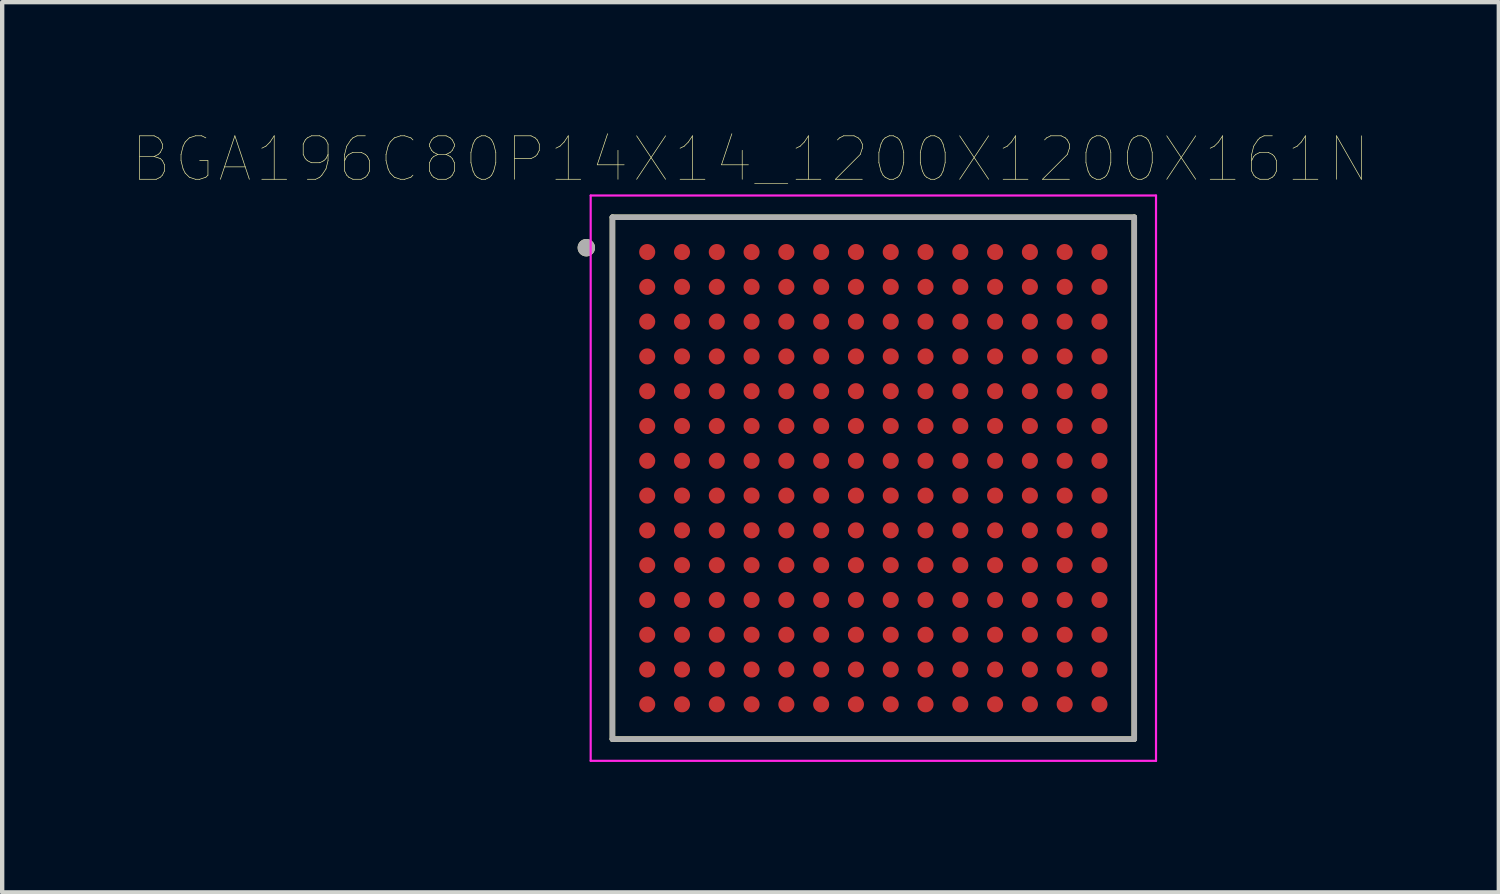
<source format=kicad_pcb>
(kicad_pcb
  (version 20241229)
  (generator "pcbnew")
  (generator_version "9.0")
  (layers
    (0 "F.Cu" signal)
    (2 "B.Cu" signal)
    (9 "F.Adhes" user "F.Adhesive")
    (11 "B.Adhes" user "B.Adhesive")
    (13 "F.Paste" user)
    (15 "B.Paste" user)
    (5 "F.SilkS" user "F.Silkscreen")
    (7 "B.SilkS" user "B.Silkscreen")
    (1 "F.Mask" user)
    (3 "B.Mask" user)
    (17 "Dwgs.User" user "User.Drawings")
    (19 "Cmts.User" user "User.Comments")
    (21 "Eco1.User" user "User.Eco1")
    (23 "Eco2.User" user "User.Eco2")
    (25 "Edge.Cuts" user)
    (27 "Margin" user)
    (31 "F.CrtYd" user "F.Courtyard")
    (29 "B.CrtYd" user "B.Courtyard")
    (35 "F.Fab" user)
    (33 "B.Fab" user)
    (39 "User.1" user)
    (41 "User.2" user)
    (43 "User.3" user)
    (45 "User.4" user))
  (footprint "BGA196C80P14X14_1200X1200X161N"
    (layer "F.Cu")
    (at 17.033 7.946)
    (property "Reference" "BGA196C80P14X14_1200X1200X161N" (at -2.825 -7.335 0) (layer "F.SilkS") (effects (font (size 1 1) (thickness 0.015))))
    (attr through_hole)
    (fp_line (start -6 -6) (end 6 -6) (stroke (width 0.127) (type solid)) (layer "F.SilkS"))
    (fp_line (start -6 6) (end -6 -6) (stroke (width 0.127) (type solid)) (layer "F.SilkS"))
    (fp_line (start 6 -6) (end 6 6) (stroke (width 0.127) (type solid)) (layer "F.SilkS"))
    (fp_line (start 6 6) (end -6 6) (stroke (width 0.127) (type solid)) (layer "F.SilkS"))
    (fp_circle (center -6.6 -5.3) (end -6.5 -5.3) (stroke (width 0.2) (type solid)) (fill no) (layer "F.SilkS"))
    (fp_line (start -6.5 -6.5) (end 6.5 -6.5) (stroke (width 0.05) (type solid)) (layer "F.CrtYd"))
    (fp_line (start -6.5 6.5) (end -6.5 -6.5) (stroke (width 0.05) (type solid)) (layer "F.CrtYd"))
    (fp_line (start 6.5 -6.5) (end 6.5 6.5) (stroke (width 0.05) (type solid)) (layer "F.CrtYd"))
    (fp_line (start 6.5 6.5) (end -6.5 6.5) (stroke (width 0.05) (type solid)) (layer "F.CrtYd"))
    (fp_line (start -6 -6) (end 6 -6) (stroke (width 0.127) (type solid)) (layer "F.Fab"))
    (fp_line (start -6 6) (end -6 -6) (stroke (width 0.127) (type solid)) (layer "F.Fab"))
    (fp_line (start 6 -6) (end 6 6) (stroke (width 0.127) (type solid)) (layer "F.Fab"))
    (fp_line (start 6 6) (end -6 6) (stroke (width 0.127) (type solid)) (layer "F.Fab"))
    (fp_circle (center -6.6 -5.3) (end -6.5 -5.3) (stroke (width 0.2) (type solid)) (fill no) (layer "F.Fab"))
    (pad "A1" smd circle (at -5.2 -5.2) (size 0.37 0.37) (layers "F.Cu" "F.Mask" "F.Paste"))
    (pad "A2" smd circle (at -4.4 -5.2) (size 0.37 0.37) (layers "F.Cu" "F.Mask" "F.Paste"))
    (pad "A3" smd circle (at -3.6 -5.2) (size 0.37 0.37) (layers "F.Cu" "F.Mask" "F.Paste"))
    (pad "A4" smd circle (at -2.8 -5.2) (size 0.37 0.37) (layers "F.Cu" "F.Mask" "F.Paste"))
    (pad "A5" smd circle (at -2 -5.2) (size 0.37 0.37) (layers "F.Cu" "F.Mask" "F.Paste"))
    (pad "A6" smd circle (at -1.2 -5.2) (size 0.37 0.37) (layers "F.Cu" "F.Mask" "F.Paste"))
    (pad "A7" smd circle (at -0.4 -5.2) (size 0.37 0.37) (layers "F.Cu" "F.Mask" "F.Paste"))
    (pad "A8" smd circle (at 0.4 -5.2) (size 0.37 0.37) (layers "F.Cu" "F.Mask" "F.Paste"))
    (pad "A9" smd circle (at 1.2 -5.2) (size 0.37 0.37) (layers "F.Cu" "F.Mask" "F.Paste"))
    (pad "A10" smd circle (at 2 -5.2) (size 0.37 0.37) (layers "F.Cu" "F.Mask" "F.Paste"))
    (pad "A11" smd circle (at 2.8 -5.2) (size 0.37 0.37) (layers "F.Cu" "F.Mask" "F.Paste"))
    (pad "A12" smd circle (at 3.6 -5.2) (size 0.37 0.37) (layers "F.Cu" "F.Mask" "F.Paste"))
    (pad "A13" smd circle (at 4.4 -5.2) (size 0.37 0.37) (layers "F.Cu" "F.Mask" "F.Paste"))
    (pad "A14" smd circle (at 5.2 -5.2) (size 0.37 0.37) (layers "F.Cu" "F.Mask" "F.Paste"))
    (pad "B1" smd circle (at -5.2 -4.4) (size 0.37 0.37) (layers "F.Cu" "F.Mask" "F.Paste"))
    (pad "B2" smd circle (at -4.4 -4.4) (size 0.37 0.37) (layers "F.Cu" "F.Mask" "F.Paste"))
    (pad "B3" smd circle (at -3.6 -4.4) (size 0.37 0.37) (layers "F.Cu" "F.Mask" "F.Paste"))
    (pad "B4" smd circle (at -2.8 -4.4) (size 0.37 0.37) (layers "F.Cu" "F.Mask" "F.Paste"))
    (pad "B5" smd circle (at -2 -4.4) (size 0.37 0.37) (layers "F.Cu" "F.Mask" "F.Paste"))
    (pad "B6" smd circle (at -1.2 -4.4) (size 0.37 0.37) (layers "F.Cu" "F.Mask" "F.Paste"))
    (pad "B7" smd circle (at -0.4 -4.4) (size 0.37 0.37) (layers "F.Cu" "F.Mask" "F.Paste"))
    (pad "B8" smd circle (at 0.4 -4.4) (size 0.37 0.37) (layers "F.Cu" "F.Mask" "F.Paste"))
    (pad "B9" smd circle (at 1.2 -4.4) (size 0.37 0.37) (layers "F.Cu" "F.Mask" "F.Paste"))
    (pad "B10" smd circle (at 2 -4.4) (size 0.37 0.37) (layers "F.Cu" "F.Mask" "F.Paste"))
    (pad "B11" smd circle (at 2.8 -4.4) (size 0.37 0.37) (layers "F.Cu" "F.Mask" "F.Paste"))
    (pad "B12" smd circle (at 3.6 -4.4) (size 0.37 0.37) (layers "F.Cu" "F.Mask" "F.Paste"))
    (pad "B13" smd circle (at 4.4 -4.4) (size 0.37 0.37) (layers "F.Cu" "F.Mask" "F.Paste"))
    (pad "B14" smd circle (at 5.2 -4.4) (size 0.37 0.37) (layers "F.Cu" "F.Mask" "F.Paste"))
    (pad "C1" smd circle (at -5.2 -3.6) (size 0.37 0.37) (layers "F.Cu" "F.Mask" "F.Paste"))
    (pad "C2" smd circle (at -4.4 -3.6) (size 0.37 0.37) (layers "F.Cu" "F.Mask" "F.Paste"))
    (pad "C3" smd circle (at -3.6 -3.6) (size 0.37 0.37) (layers "F.Cu" "F.Mask" "F.Paste"))
    (pad "C4" smd circle (at -2.8 -3.6) (size 0.37 0.37) (layers "F.Cu" "F.Mask" "F.Paste"))
    (pad "C5" smd circle (at -2 -3.6) (size 0.37 0.37) (layers "F.Cu" "F.Mask" "F.Paste"))
    (pad "C6" smd circle (at -1.2 -3.6) (size 0.37 0.37) (layers "F.Cu" "F.Mask" "F.Paste"))
    (pad "C7" smd circle (at -0.4 -3.6) (size 0.37 0.37) (layers "F.Cu" "F.Mask" "F.Paste"))
    (pad "C8" smd circle (at 0.4 -3.6) (size 0.37 0.37) (layers "F.Cu" "F.Mask" "F.Paste"))
    (pad "C9" smd circle (at 1.2 -3.6) (size 0.37 0.37) (layers "F.Cu" "F.Mask" "F.Paste"))
    (pad "C10" smd circle (at 2 -3.6) (size 0.37 0.37) (layers "F.Cu" "F.Mask" "F.Paste"))
    (pad "C11" smd circle (at 2.8 -3.6) (size 0.37 0.37) (layers "F.Cu" "F.Mask" "F.Paste"))
    (pad "C12" smd circle (at 3.6 -3.6) (size 0.37 0.37) (layers "F.Cu" "F.Mask" "F.Paste"))
    (pad "C13" smd circle (at 4.4 -3.6) (size 0.37 0.37) (layers "F.Cu" "F.Mask" "F.Paste"))
    (pad "C14" smd circle (at 5.2 -3.6) (size 0.37 0.37) (layers "F.Cu" "F.Mask" "F.Paste"))
    (pad "D1" smd circle (at -5.2 -2.8) (size 0.37 0.37) (layers "F.Cu" "F.Mask" "F.Paste"))
    (pad "D2" smd circle (at -4.4 -2.8) (size 0.37 0.37) (layers "F.Cu" "F.Mask" "F.Paste"))
    (pad "D3" smd circle (at -3.6 -2.8) (size 0.37 0.37) (layers "F.Cu" "F.Mask" "F.Paste"))
    (pad "D4" smd circle (at -2.8 -2.8) (size 0.37 0.37) (layers "F.Cu" "F.Mask" "F.Paste"))
    (pad "D5" smd circle (at -2 -2.8) (size 0.37 0.37) (layers "F.Cu" "F.Mask" "F.Paste"))
    (pad "D6" smd circle (at -1.2 -2.8) (size 0.37 0.37) (layers "F.Cu" "F.Mask" "F.Paste"))
    (pad "D7" smd circle (at -0.4 -2.8) (size 0.37 0.37) (layers "F.Cu" "F.Mask" "F.Paste"))
    (pad "D8" smd circle (at 0.4 -2.8) (size 0.37 0.37) (layers "F.Cu" "F.Mask" "F.Paste"))
    (pad "D9" smd circle (at 1.2 -2.8) (size 0.37 0.37) (layers "F.Cu" "F.Mask" "F.Paste"))
    (pad "D10" smd circle (at 2 -2.8) (size 0.37 0.37) (layers "F.Cu" "F.Mask" "F.Paste"))
    (pad "D11" smd circle (at 2.8 -2.8) (size 0.37 0.37) (layers "F.Cu" "F.Mask" "F.Paste"))
    (pad "D12" smd circle (at 3.6 -2.8) (size 0.37 0.37) (layers "F.Cu" "F.Mask" "F.Paste"))
    (pad "D13" smd circle (at 4.4 -2.8) (size 0.37 0.37) (layers "F.Cu" "F.Mask" "F.Paste"))
    (pad "D14" smd circle (at 5.2 -2.8) (size 0.37 0.37) (layers "F.Cu" "F.Mask" "F.Paste"))
    (pad "E1" smd circle (at -5.2 -2) (size 0.37 0.37) (layers "F.Cu" "F.Mask" "F.Paste"))
    (pad "E2" smd circle (at -4.4 -2) (size 0.37 0.37) (layers "F.Cu" "F.Mask" "F.Paste"))
    (pad "E3" smd circle (at -3.6 -2) (size 0.37 0.37) (layers "F.Cu" "F.Mask" "F.Paste"))
    (pad "E4" smd circle (at -2.8 -2) (size 0.37 0.37) (layers "F.Cu" "F.Mask" "F.Paste"))
    (pad "E5" smd circle (at -2 -2) (size 0.37 0.37) (layers "F.Cu" "F.Mask" "F.Paste"))
    (pad "E6" smd circle (at -1.2 -2) (size 0.37 0.37) (layers "F.Cu" "F.Mask" "F.Paste"))
    (pad "E7" smd circle (at -0.4 -2) (size 0.37 0.37) (layers "F.Cu" "F.Mask" "F.Paste"))
    (pad "E8" smd circle (at 0.4 -2) (size 0.37 0.37) (layers "F.Cu" "F.Mask" "F.Paste"))
    (pad "E9" smd circle (at 1.2 -2) (size 0.37 0.37) (layers "F.Cu" "F.Mask" "F.Paste"))
    (pad "E10" smd circle (at 2 -2) (size 0.37 0.37) (layers "F.Cu" "F.Mask" "F.Paste"))
    (pad "E11" smd circle (at 2.8 -2) (size 0.37 0.37) (layers "F.Cu" "F.Mask" "F.Paste"))
    (pad "E12" smd circle (at 3.6 -2) (size 0.37 0.37) (layers "F.Cu" "F.Mask" "F.Paste"))
    (pad "E13" smd circle (at 4.4 -2) (size 0.37 0.37) (layers "F.Cu" "F.Mask" "F.Paste"))
    (pad "E14" smd circle (at 5.2 -2) (size 0.37 0.37) (layers "F.Cu" "F.Mask" "F.Paste"))
    (pad "F1" smd circle (at -5.2 -1.2) (size 0.37 0.37) (layers "F.Cu" "F.Mask" "F.Paste"))
    (pad "F2" smd circle (at -4.4 -1.2) (size 0.37 0.37) (layers "F.Cu" "F.Mask" "F.Paste"))
    (pad "F3" smd circle (at -3.6 -1.2) (size 0.37 0.37) (layers "F.Cu" "F.Mask" "F.Paste"))
    (pad "F4" smd circle (at -2.8 -1.2) (size 0.37 0.37) (layers "F.Cu" "F.Mask" "F.Paste"))
    (pad "F5" smd circle (at -2 -1.2) (size 0.37 0.37) (layers "F.Cu" "F.Mask" "F.Paste"))
    (pad "F6" smd circle (at -1.2 -1.2) (size 0.37 0.37) (layers "F.Cu" "F.Mask" "F.Paste"))
    (pad "F7" smd circle (at -0.4 -1.2) (size 0.37 0.37) (layers "F.Cu" "F.Mask" "F.Paste"))
    (pad "F8" smd circle (at 0.4 -1.2) (size 0.37 0.37) (layers "F.Cu" "F.Mask" "F.Paste"))
    (pad "F9" smd circle (at 1.2 -1.2) (size 0.37 0.37) (layers "F.Cu" "F.Mask" "F.Paste"))
    (pad "F10" smd circle (at 2 -1.2) (size 0.37 0.37) (layers "F.Cu" "F.Mask" "F.Paste"))
    (pad "F11" smd circle (at 2.8 -1.2) (size 0.37 0.37) (layers "F.Cu" "F.Mask" "F.Paste"))
    (pad "F12" smd circle (at 3.6 -1.2) (size 0.37 0.37) (layers "F.Cu" "F.Mask" "F.Paste"))
    (pad "F13" smd circle (at 4.4 -1.2) (size 0.37 0.37) (layers "F.Cu" "F.Mask" "F.Paste"))
    (pad "F14" smd circle (at 5.2 -1.2) (size 0.37 0.37) (layers "F.Cu" "F.Mask" "F.Paste"))
    (pad "G1" smd circle (at -5.2 -0.4) (size 0.37 0.37) (layers "F.Cu" "F.Mask" "F.Paste"))
    (pad "G2" smd circle (at -4.4 -0.4) (size 0.37 0.37) (layers "F.Cu" "F.Mask" "F.Paste"))
    (pad "G3" smd circle (at -3.6 -0.4) (size 0.37 0.37) (layers "F.Cu" "F.Mask" "F.Paste"))
    (pad "G4" smd circle (at -2.8 -0.4) (size 0.37 0.37) (layers "F.Cu" "F.Mask" "F.Paste"))
    (pad "G5" smd circle (at -2 -0.4) (size 0.37 0.37) (layers "F.Cu" "F.Mask" "F.Paste"))
    (pad "G6" smd circle (at -1.2 -0.4) (size 0.37 0.37) (layers "F.Cu" "F.Mask" "F.Paste"))
    (pad "G7" smd circle (at -0.4 -0.4) (size 0.37 0.37) (layers "F.Cu" "F.Mask" "F.Paste"))
    (pad "G8" smd circle (at 0.4 -0.4) (size 0.37 0.37) (layers "F.Cu" "F.Mask" "F.Paste"))
    (pad "G9" smd circle (at 1.2 -0.4) (size 0.37 0.37) (layers "F.Cu" "F.Mask" "F.Paste"))
    (pad "G10" smd circle (at 2 -0.4) (size 0.37 0.37) (layers "F.Cu" "F.Mask" "F.Paste"))
    (pad "G11" smd circle (at 2.8 -0.4) (size 0.37 0.37) (layers "F.Cu" "F.Mask" "F.Paste"))
    (pad "G12" smd circle (at 3.6 -0.4) (size 0.37 0.37) (layers "F.Cu" "F.Mask" "F.Paste"))
    (pad "G13" smd circle (at 4.4 -0.4) (size 0.37 0.37) (layers "F.Cu" "F.Mask" "F.Paste"))
    (pad "G14" smd circle (at 5.2 -0.4) (size 0.37 0.37) (layers "F.Cu" "F.Mask" "F.Paste"))
    (pad "H1" smd circle (at -5.2 0.4) (size 0.37 0.37) (layers "F.Cu" "F.Mask" "F.Paste"))
    (pad "H2" smd circle (at -4.4 0.4) (size 0.37 0.37) (layers "F.Cu" "F.Mask" "F.Paste"))
    (pad "H3" smd circle (at -3.6 0.4) (size 0.37 0.37) (layers "F.Cu" "F.Mask" "F.Paste"))
    (pad "H4" smd circle (at -2.8 0.4) (size 0.37 0.37) (layers "F.Cu" "F.Mask" "F.Paste"))
    (pad "H5" smd circle (at -2 0.4) (size 0.37 0.37) (layers "F.Cu" "F.Mask" "F.Paste"))
    (pad "H6" smd circle (at -1.2 0.4) (size 0.37 0.37) (layers "F.Cu" "F.Mask" "F.Paste"))
    (pad "H7" smd circle (at -0.4 0.4) (size 0.37 0.37) (layers "F.Cu" "F.Mask" "F.Paste"))
    (pad "H8" smd circle (at 0.4 0.4) (size 0.37 0.37) (layers "F.Cu" "F.Mask" "F.Paste"))
    (pad "H9" smd circle (at 1.2 0.4) (size 0.37 0.37) (layers "F.Cu" "F.Mask" "F.Paste"))
    (pad "H10" smd circle (at 2 0.4) (size 0.37 0.37) (layers "F.Cu" "F.Mask" "F.Paste"))
    (pad "H11" smd circle (at 2.8 0.4) (size 0.37 0.37) (layers "F.Cu" "F.Mask" "F.Paste"))
    (pad "H12" smd circle (at 3.6 0.4) (size 0.37 0.37) (layers "F.Cu" "F.Mask" "F.Paste"))
    (pad "H13" smd circle (at 4.4 0.4) (size 0.37 0.37) (layers "F.Cu" "F.Mask" "F.Paste"))
    (pad "H14" smd circle (at 5.2 0.4) (size 0.37 0.37) (layers "F.Cu" "F.Mask" "F.Paste"))
    (pad "J1" smd circle (at -5.2 1.2) (size 0.37 0.37) (layers "F.Cu" "F.Mask" "F.Paste"))
    (pad "J2" smd circle (at -4.4 1.2) (size 0.37 0.37) (layers "F.Cu" "F.Mask" "F.Paste"))
    (pad "J3" smd circle (at -3.6 1.2) (size 0.37 0.37) (layers "F.Cu" "F.Mask" "F.Paste"))
    (pad "J4" smd circle (at -2.8 1.2) (size 0.37 0.37) (layers "F.Cu" "F.Mask" "F.Paste"))
    (pad "J5" smd circle (at -2 1.2) (size 0.37 0.37) (layers "F.Cu" "F.Mask" "F.Paste"))
    (pad "J6" smd circle (at -1.2 1.2) (size 0.37 0.37) (layers "F.Cu" "F.Mask" "F.Paste"))
    (pad "J7" smd circle (at -0.4 1.2) (size 0.37 0.37) (layers "F.Cu" "F.Mask" "F.Paste"))
    (pad "J8" smd circle (at 0.4 1.2) (size 0.37 0.37) (layers "F.Cu" "F.Mask" "F.Paste"))
    (pad "J9" smd circle (at 1.2 1.2) (size 0.37 0.37) (layers "F.Cu" "F.Mask" "F.Paste"))
    (pad "J10" smd circle (at 2 1.2) (size 0.37 0.37) (layers "F.Cu" "F.Mask" "F.Paste"))
    (pad "J11" smd circle (at 2.8 1.2) (size 0.37 0.37) (layers "F.Cu" "F.Mask" "F.Paste"))
    (pad "J12" smd circle (at 3.6 1.2) (size 0.37 0.37) (layers "F.Cu" "F.Mask" "F.Paste"))
    (pad "J13" smd circle (at 4.4 1.2) (size 0.37 0.37) (layers "F.Cu" "F.Mask" "F.Paste"))
    (pad "J14" smd circle (at 5.2 1.2) (size 0.37 0.37) (layers "F.Cu" "F.Mask" "F.Paste"))
    (pad "K1" smd circle (at -5.2 2) (size 0.37 0.37) (layers "F.Cu" "F.Mask" "F.Paste"))
    (pad "K2" smd circle (at -4.4 2) (size 0.37 0.37) (layers "F.Cu" "F.Mask" "F.Paste"))
    (pad "K3" smd circle (at -3.6 2) (size 0.37 0.37) (layers "F.Cu" "F.Mask" "F.Paste"))
    (pad "K4" smd circle (at -2.8 2) (size 0.37 0.37) (layers "F.Cu" "F.Mask" "F.Paste"))
    (pad "K5" smd circle (at -2 2) (size 0.37 0.37) (layers "F.Cu" "F.Mask" "F.Paste"))
    (pad "K6" smd circle (at -1.2 2) (size 0.37 0.37) (layers "F.Cu" "F.Mask" "F.Paste"))
    (pad "K7" smd circle (at -0.4 2) (size 0.37 0.37) (layers "F.Cu" "F.Mask" "F.Paste"))
    (pad "K8" smd circle (at 0.4 2) (size 0.37 0.37) (layers "F.Cu" "F.Mask" "F.Paste"))
    (pad "K9" smd circle (at 1.2 2) (size 0.37 0.37) (layers "F.Cu" "F.Mask" "F.Paste"))
    (pad "K10" smd circle (at 2 2) (size 0.37 0.37) (layers "F.Cu" "F.Mask" "F.Paste"))
    (pad "K11" smd circle (at 2.8 2) (size 0.37 0.37) (layers "F.Cu" "F.Mask" "F.Paste"))
    (pad "K12" smd circle (at 3.6 2) (size 0.37 0.37) (layers "F.Cu" "F.Mask" "F.Paste"))
    (pad "K13" smd circle (at 4.4 2) (size 0.37 0.37) (layers "F.Cu" "F.Mask" "F.Paste"))
    (pad "K14" smd circle (at 5.2 2) (size 0.37 0.37) (layers "F.Cu" "F.Mask" "F.Paste"))
    (pad "L1" smd circle (at -5.2 2.8) (size 0.37 0.37) (layers "F.Cu" "F.Mask" "F.Paste"))
    (pad "L2" smd circle (at -4.4 2.8) (size 0.37 0.37) (layers "F.Cu" "F.Mask" "F.Paste"))
    (pad "L3" smd circle (at -3.6 2.8) (size 0.37 0.37) (layers "F.Cu" "F.Mask" "F.Paste"))
    (pad "L4" smd circle (at -2.8 2.8) (size 0.37 0.37) (layers "F.Cu" "F.Mask" "F.Paste"))
    (pad "L5" smd circle (at -2 2.8) (size 0.37 0.37) (layers "F.Cu" "F.Mask" "F.Paste"))
    (pad "L6" smd circle (at -1.2 2.8) (size 0.37 0.37) (layers "F.Cu" "F.Mask" "F.Paste"))
    (pad "L7" smd circle (at -0.4 2.8) (size 0.37 0.37) (layers "F.Cu" "F.Mask" "F.Paste"))
    (pad "L8" smd circle (at 0.4 2.8) (size 0.37 0.37) (layers "F.Cu" "F.Mask" "F.Paste"))
    (pad "L9" smd circle (at 1.2 2.8) (size 0.37 0.37) (layers "F.Cu" "F.Mask" "F.Paste"))
    (pad "L10" smd circle (at 2 2.8) (size 0.37 0.37) (layers "F.Cu" "F.Mask" "F.Paste"))
    (pad "L11" smd circle (at 2.8 2.8) (size 0.37 0.37) (layers "F.Cu" "F.Mask" "F.Paste"))
    (pad "L12" smd circle (at 3.6 2.8) (size 0.37 0.37) (layers "F.Cu" "F.Mask" "F.Paste"))
    (pad "L13" smd circle (at 4.4 2.8) (size 0.37 0.37) (layers "F.Cu" "F.Mask" "F.Paste"))
    (pad "L14" smd circle (at 5.2 2.8) (size 0.37 0.37) (layers "F.Cu" "F.Mask" "F.Paste"))
    (pad "M1" smd circle (at -5.2 3.6) (size 0.37 0.37) (layers "F.Cu" "F.Mask" "F.Paste"))
    (pad "M2" smd circle (at -4.4 3.6) (size 0.37 0.37) (layers "F.Cu" "F.Mask" "F.Paste"))
    (pad "M3" smd circle (at -3.6 3.6) (size 0.37 0.37) (layers "F.Cu" "F.Mask" "F.Paste"))
    (pad "M4" smd circle (at -2.8 3.6) (size 0.37 0.37) (layers "F.Cu" "F.Mask" "F.Paste"))
    (pad "M5" smd circle (at -2 3.6) (size 0.37 0.37) (layers "F.Cu" "F.Mask" "F.Paste"))
    (pad "M6" smd circle (at -1.2 3.6) (size 0.37 0.37) (layers "F.Cu" "F.Mask" "F.Paste"))
    (pad "M7" smd circle (at -0.4 3.6) (size 0.37 0.37) (layers "F.Cu" "F.Mask" "F.Paste"))
    (pad "M8" smd circle (at 0.4 3.6) (size 0.37 0.37) (layers "F.Cu" "F.Mask" "F.Paste"))
    (pad "M9" smd circle (at 1.2 3.6) (size 0.37 0.37) (layers "F.Cu" "F.Mask" "F.Paste"))
    (pad "M10" smd circle (at 2 3.6) (size 0.37 0.37) (layers "F.Cu" "F.Mask" "F.Paste"))
    (pad "M11" smd circle (at 2.8 3.6) (size 0.37 0.37) (layers "F.Cu" "F.Mask" "F.Paste"))
    (pad "M12" smd circle (at 3.6 3.6) (size 0.37 0.37) (layers "F.Cu" "F.Mask" "F.Paste"))
    (pad "M13" smd circle (at 4.4 3.6) (size 0.37 0.37) (layers "F.Cu" "F.Mask" "F.Paste"))
    (pad "M14" smd circle (at 5.2 3.6) (size 0.37 0.37) (layers "F.Cu" "F.Mask" "F.Paste"))
    (pad "N1" smd circle (at -5.2 4.4) (size 0.37 0.37) (layers "F.Cu" "F.Mask" "F.Paste"))
    (pad "N2" smd circle (at -4.4 4.4) (size 0.37 0.37) (layers "F.Cu" "F.Mask" "F.Paste"))
    (pad "N3" smd circle (at -3.6 4.4) (size 0.37 0.37) (layers "F.Cu" "F.Mask" "F.Paste"))
    (pad "N4" smd circle (at -2.8 4.4) (size 0.37 0.37) (layers "F.Cu" "F.Mask" "F.Paste"))
    (pad "N5" smd circle (at -2 4.4) (size 0.37 0.37) (layers "F.Cu" "F.Mask" "F.Paste"))
    (pad "N6" smd circle (at -1.2 4.4) (size 0.37 0.37) (layers "F.Cu" "F.Mask" "F.Paste"))
    (pad "N7" smd circle (at -0.4 4.4) (size 0.37 0.37) (layers "F.Cu" "F.Mask" "F.Paste"))
    (pad "N8" smd circle (at 0.4 4.4) (size 0.37 0.37) (layers "F.Cu" "F.Mask" "F.Paste"))
    (pad "N9" smd circle (at 1.2 4.4) (size 0.37 0.37) (layers "F.Cu" "F.Mask" "F.Paste"))
    (pad "N10" smd circle (at 2 4.4) (size 0.37 0.37) (layers "F.Cu" "F.Mask" "F.Paste"))
    (pad "N11" smd circle (at 2.8 4.4) (size 0.37 0.37) (layers "F.Cu" "F.Mask" "F.Paste"))
    (pad "N12" smd circle (at 3.6 4.4) (size 0.37 0.37) (layers "F.Cu" "F.Mask" "F.Paste"))
    (pad "N13" smd circle (at 4.4 4.4) (size 0.37 0.37) (layers "F.Cu" "F.Mask" "F.Paste"))
    (pad "N14" smd circle (at 5.2 4.4) (size 0.37 0.37) (layers "F.Cu" "F.Mask" "F.Paste"))
    (pad "P1" smd circle (at -5.2 5.2) (size 0.37 0.37) (layers "F.Cu" "F.Mask" "F.Paste"))
    (pad "P2" smd circle (at -4.4 5.2) (size 0.37 0.37) (layers "F.Cu" "F.Mask" "F.Paste"))
    (pad "P3" smd circle (at -3.6 5.2) (size 0.37 0.37) (layers "F.Cu" "F.Mask" "F.Paste"))
    (pad "P4" smd circle (at -2.8 5.2) (size 0.37 0.37) (layers "F.Cu" "F.Mask" "F.Paste"))
    (pad "P5" smd circle (at -2 5.2) (size 0.37 0.37) (layers "F.Cu" "F.Mask" "F.Paste"))
    (pad "P6" smd circle (at -1.2 5.2) (size 0.37 0.37) (layers "F.Cu" "F.Mask" "F.Paste"))
    (pad "P7" smd circle (at -0.4 5.2) (size 0.37 0.37) (layers "F.Cu" "F.Mask" "F.Paste"))
    (pad "P8" smd circle (at 0.4 5.2) (size 0.37 0.37) (layers "F.Cu" "F.Mask" "F.Paste"))
    (pad "P9" smd circle (at 1.2 5.2) (size 0.37 0.37) (layers "F.Cu" "F.Mask" "F.Paste"))
    (pad "P10" smd circle (at 2 5.2) (size 0.37 0.37) (layers "F.Cu" "F.Mask" "F.Paste"))
    (pad "P11" smd circle (at 2.8 5.2) (size 0.37 0.37) (layers "F.Cu" "F.Mask" "F.Paste"))
    (pad "P12" smd circle (at 3.6 5.2) (size 0.37 0.37) (layers "F.Cu" "F.Mask" "F.Paste"))
    (pad "P13" smd circle (at 4.4 5.2) (size 0.37 0.37) (layers "F.Cu" "F.Mask" "F.Paste"))
    (pad "P14" smd circle (at 5.2 5.2) (size 0.37 0.37) (layers "F.Cu" "F.Mask" "F.Paste")))
  (gr_rect
    (start -3 -3)
    (end 31.416 17.471)
    (stroke (width 0.1) (type default))
    (fill no)
    (layer "Edge.Cuts")))
</source>
